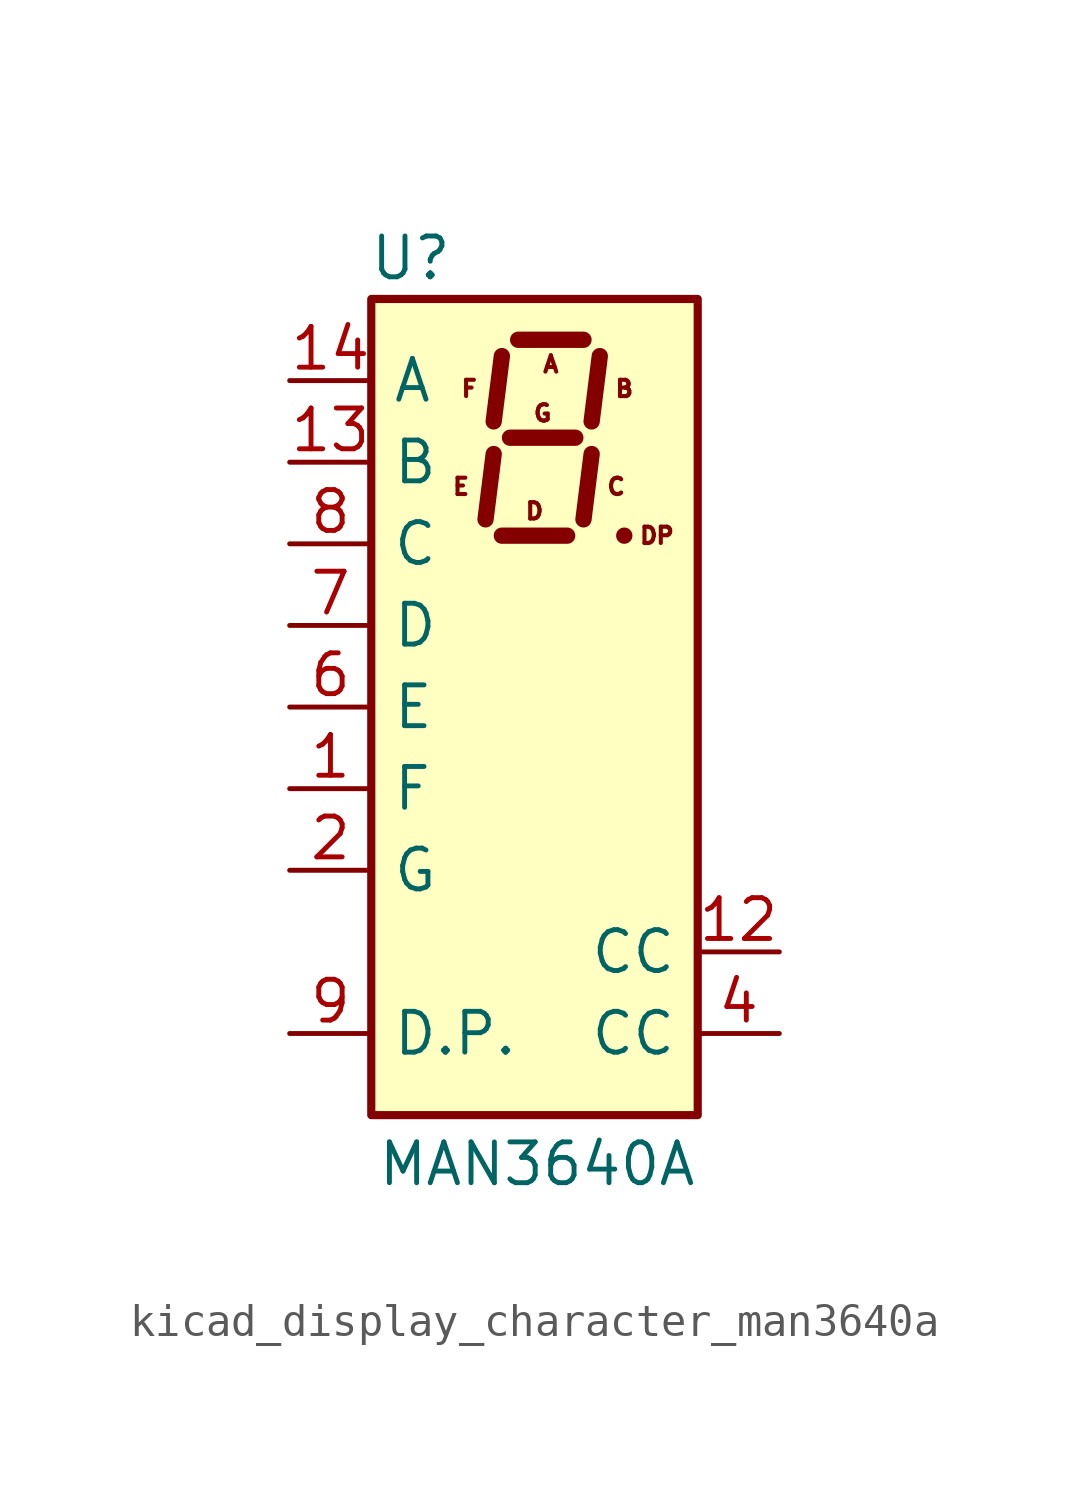
<source format=kicad_sym>
(kicad_symbol_lib
  (version 20220914)
  (generator kicad_symbol_editor)
  (symbol "kicad_display_character_man3640a"
    (pin_names
      (offset 0.635))
    (property "Reference" "U"
      (at -2.54 13.97 0)
      (effects (font (size 1.27 1.27)) (justify right)))
    (property "Value" "MAN3640A"
      (at 5.08 -14.224 0)
      (effects (font (size 1.27 1.27)) (justify right)))
    (symbol "kicad_display_character_man3640a_0_0"
      (text "A" (at 0.508 10.668 0) (effects (font (size 0.508 0.508))))
      (text "B" (at 2.794 9.906 0) (effects (font (size 0.508 0.508))))
      (text "C" (at 2.54 6.858 0) (effects (font (size 0.508 0.508))))
      (text "D" (at 0 6.096 0) (effects (font (size 0.508 0.508))))
      (text "DP" (at 3.81 5.334 0) (effects (font (size 0.508 0.508))))
      (text "E" (at -2.286 6.858 0) (effects (font (size 0.508 0.508))))
      (text "F" (at -2.032 9.906 0) (effects (font (size 0.508 0.508))))
      (text "G" (at 0.254 9.144 0) (effects (font (size 0.508 0.508)))))
    (symbol "kicad_display_character_man3640a_0_1"
      (rectangle (start -5.08 12.7) (end 5.08 -12.7) (stroke (width 0.254) (type default)) (fill (type background)))
      (polyline (pts (xy -1.27 7.874) (xy -1.524 5.842)) (stroke (width 0.508) (type default)) (fill (type none)))
      (polyline (pts (xy -1.016 5.334) (xy 1.016 5.334)) (stroke (width 0.508) (type default)) (fill (type none)))
      (polyline (pts (xy -1.016 10.922) (xy -1.27 8.89)) (stroke (width 0.508) (type default)) (fill (type none)))
      (polyline (pts (xy -0.762 8.382) (xy 1.27 8.382)) (stroke (width 0.508) (type default)) (fill (type none)))
      (polyline (pts (xy -0.508 11.43) (xy 1.524 11.43)) (stroke (width 0.508) (type default)) (fill (type none)))
      (polyline (pts (xy 1.778 7.874) (xy 1.524 5.842)) (stroke (width 0.508) (type default)) (fill (type none)))
      (polyline (pts (xy 2.032 10.922) (xy 1.778 8.89)) (stroke (width 0.508) (type default)) (fill (type none)))
      (polyline (pts (xy 2.794 5.334) (xy 2.794 5.334)) (stroke (width 0.508) (type default)) (fill (type none))))
    (symbol "kicad_display_character_man3640a_1_1"
      (pin input line (at -7.62 -2.54 0) (length 2.54) (name "F" (effects (font (size 1.27 1.27)))) (number "1" (effects (font (size 1.27 1.27)))))
      (pin no_connect line (at 5.08 -2.54 180) (length 2.54) hide (name "NC" (effects (font (size 1.27 1.27)))) (number "10" (effects (font (size 1.27 1.27)))))
      (pin no_connect line (at 5.08 -5.08 180) (length 2.54) hide (name "NC" (effects (font (size 1.27 1.27)))) (number "11" (effects (font (size 1.27 1.27)))))
      (pin input line (at 7.62 -7.62 180) (length 2.54) (name "CC" (effects (font (size 1.27 1.27)))) (number "12" (effects (font (size 1.27 1.27)))))
      (pin input line (at -7.62 7.62 0) (length 2.54) (name "B" (effects (font (size 1.27 1.27)))) (number "13" (effects (font (size 1.27 1.27)))))
      (pin input line (at -7.62 10.16 0) (length 2.54) (name "A" (effects (font (size 1.27 1.27)))) (number "14" (effects (font (size 1.27 1.27)))))
      (pin input line (at -7.62 -5.08 0) (length 2.54) (name "G" (effects (font (size 1.27 1.27)))) (number "2" (effects (font (size 1.27 1.27)))))
      (pin no_connect line (at 5.08 2.54 180) (length 2.54) hide (name "NC" (effects (font (size 1.27 1.27)))) (number "3" (effects (font (size 1.27 1.27)))))
      (pin input line (at 7.62 -10.16 180) (length 2.54) (name "CC" (effects (font (size 1.27 1.27)))) (number "4" (effects (font (size 1.27 1.27)))))
      (pin no_connect line (at 5.08 0 180) (length 2.54) hide (name "NC" (effects (font (size 1.27 1.27)))) (number "5" (effects (font (size 1.27 1.27)))))
      (pin input line (at -7.62 0 0) (length 2.54) (name "E" (effects (font (size 1.27 1.27)))) (number "6" (effects (font (size 1.27 1.27)))))
      (pin input line (at -7.62 2.54 0) (length 2.54) (name "D" (effects (font (size 1.27 1.27)))) (number "7" (effects (font (size 1.27 1.27)))))
      (pin input line (at -7.62 5.08 0) (length 2.54) (name "C" (effects (font (size 1.27 1.27)))) (number "8" (effects (font (size 1.27 1.27)))))
      (pin input line (at -7.62 -10.16 0) (length 2.54) (name "D.P." (effects (font (size 1.27 1.27)))) (number "9" (effects (font (size 1.27 1.27))))))))
</source>
